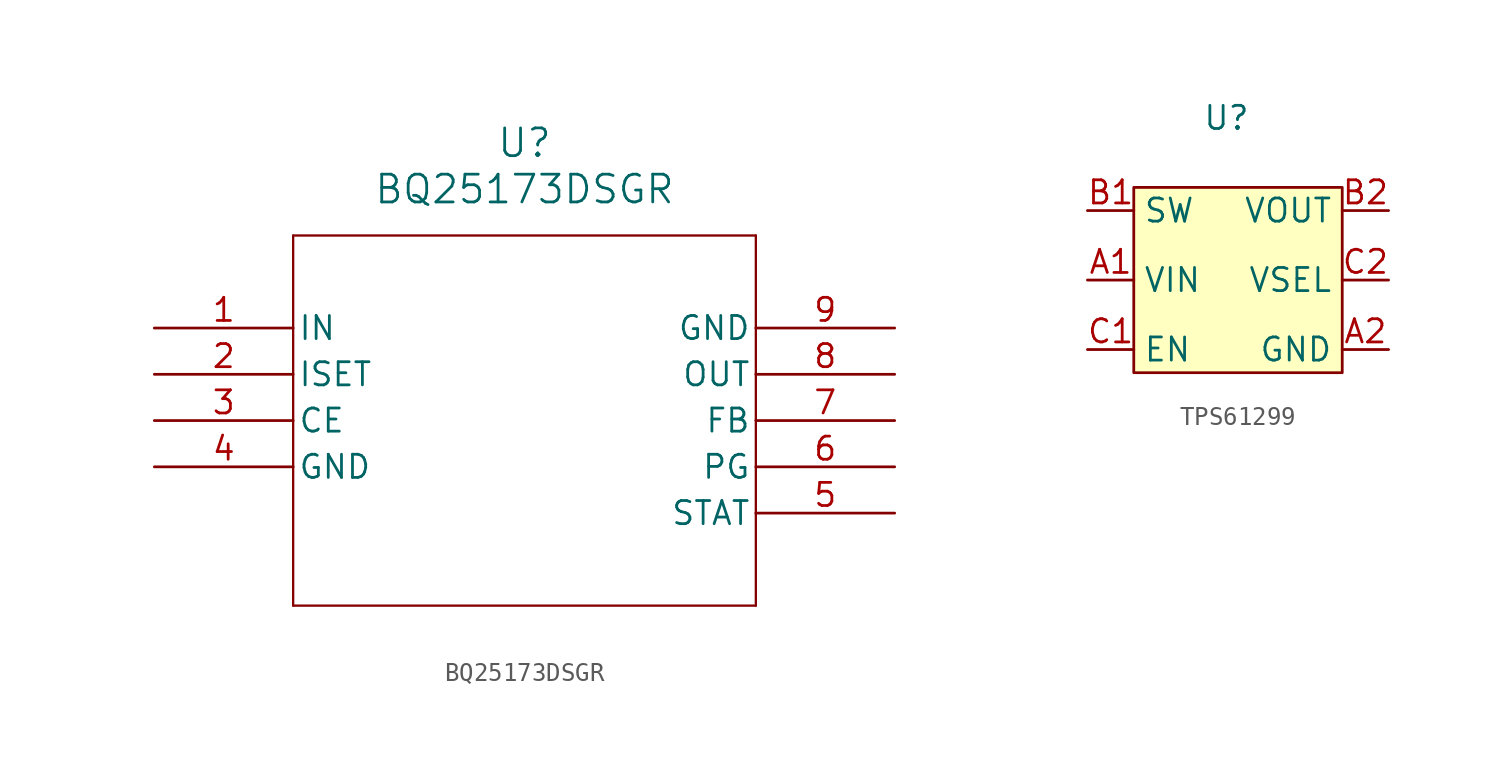
<source format=kicad_sym>
(kicad_symbol_lib
  (version 20220914)
  (generator kicad_symbol_editor)
  (symbol "BQ25173DSGR"
    (pin_names
      (offset 0.254))
    (property "Reference" "U"
      (at 20.32 10.16 0)
      (effects (font (size 1.524 1.524))))
    (property "Value" "BQ25173DSGR"
      (at 20.32 7.62 0)
      (effects (font (size 1.524 1.524))))
    (property "ki_locked" ""
      (at 0 0 0)
      (effects (font (size 1.27 1.27))))
    (symbol "BQ25173DSGR_0_1"
      (polyline (pts (xy 7.62 -15.24) (xy 33.02 -15.24)) (stroke (width 0.127) (type default)) (fill (type none)))
      (polyline (pts (xy 7.62 5.08) (xy 7.62 -15.24)) (stroke (width 0.127) (type default)) (fill (type none)))
      (polyline (pts (xy 33.02 -15.24) (xy 33.02 5.08)) (stroke (width 0.127) (type default)) (fill (type none)))
      (polyline (pts (xy 33.02 5.08) (xy 7.62 5.08)) (stroke (width 0.127) (type default)) (fill (type none)))
      (pin input line (at 0 0 0) (length 7.62) (name "IN" (effects (font (size 1.27 1.27)))) (number "1" (effects (font (size 1.27 1.27)))))
      (pin unspecified line (at 0 -2.54 0) (length 7.62) (name "ISET" (effects (font (size 1.27 1.27)))) (number "2" (effects (font (size 1.27 1.27)))))
      (pin unspecified line (at 0 -5.08 0) (length 7.62) (name "CE" (effects (font (size 1.27 1.27)))) (number "3" (effects (font (size 1.27 1.27)))))
      (pin power_out line (at 0 -7.62 0) (length 7.62) (name "GND" (effects (font (size 1.27 1.27)))) (number "4" (effects (font (size 1.27 1.27)))))
      (pin unspecified line (at 40.64 -10.16 180) (length 7.62) (name "STAT" (effects (font (size 1.27 1.27)))) (number "5" (effects (font (size 1.27 1.27)))))
      (pin unspecified line (at 40.64 -7.62 180) (length 7.62) (name "PG" (effects (font (size 1.27 1.27)))) (number "6" (effects (font (size 1.27 1.27)))))
      (pin unspecified line (at 40.64 -5.08 180) (length 7.62) (name "FB" (effects (font (size 1.27 1.27)))) (number "7" (effects (font (size 1.27 1.27)))))
      (pin output line (at 40.64 -2.54 180) (length 7.62) (name "OUT" (effects (font (size 1.27 1.27)))) (number "8" (effects (font (size 1.27 1.27)))))
      (pin power_out line (at 40.64 0 180) (length 7.62) (name "GND" (effects (font (size 1.27 1.27)))) (number "9" (effects (font (size 1.27 1.27)))))))
  (symbol "TPS61299"
    (property "Reference" "U"
      (at 0 8.89 0)
      (effects (font (size 1.27 1.27))))
    (property "Value" ""
      (at 0 6.35 0)
      (effects (font (size 1.27 1.27))))
    (symbol "TPS61299_0_1"
      (rectangle (start -5.08 5.08) (end 6.35 -5.08) (stroke (width 0) (type default)) (fill (type background))))
    (symbol "TPS61299_1_1"
      (pin input line (at -7.62 0 0) (length 2.54) (name "VIN" (effects (font (size 1.27 1.27)))) (number "A1" (effects (font (size 1.27 1.27)))))
      (pin input line (at 8.89 -3.81 180) (length 2.54) (name "GND" (effects (font (size 1.27 1.27)))) (number "A2" (effects (font (size 1.27 1.27)))))
      (pin input line (at -7.62 3.81 0) (length 2.54) (name "SW" (effects (font (size 1.27 1.27)))) (number "B1" (effects (font (size 1.27 1.27)))))
      (pin input line (at 8.89 3.81 180) (length 2.54) (name "VOUT" (effects (font (size 1.27 1.27)))) (number "B2" (effects (font (size 1.27 1.27)))))
      (pin input line (at -7.62 -3.81 0) (length 2.54) (name "EN" (effects (font (size 1.27 1.27)))) (number "C1" (effects (font (size 1.27 1.27)))))
      (pin input line (at 8.89 0 180) (length 2.54) (name "VSEL" (effects (font (size 1.27 1.27)))) (number "C2" (effects (font (size 1.27 1.27))))))))
</source>
